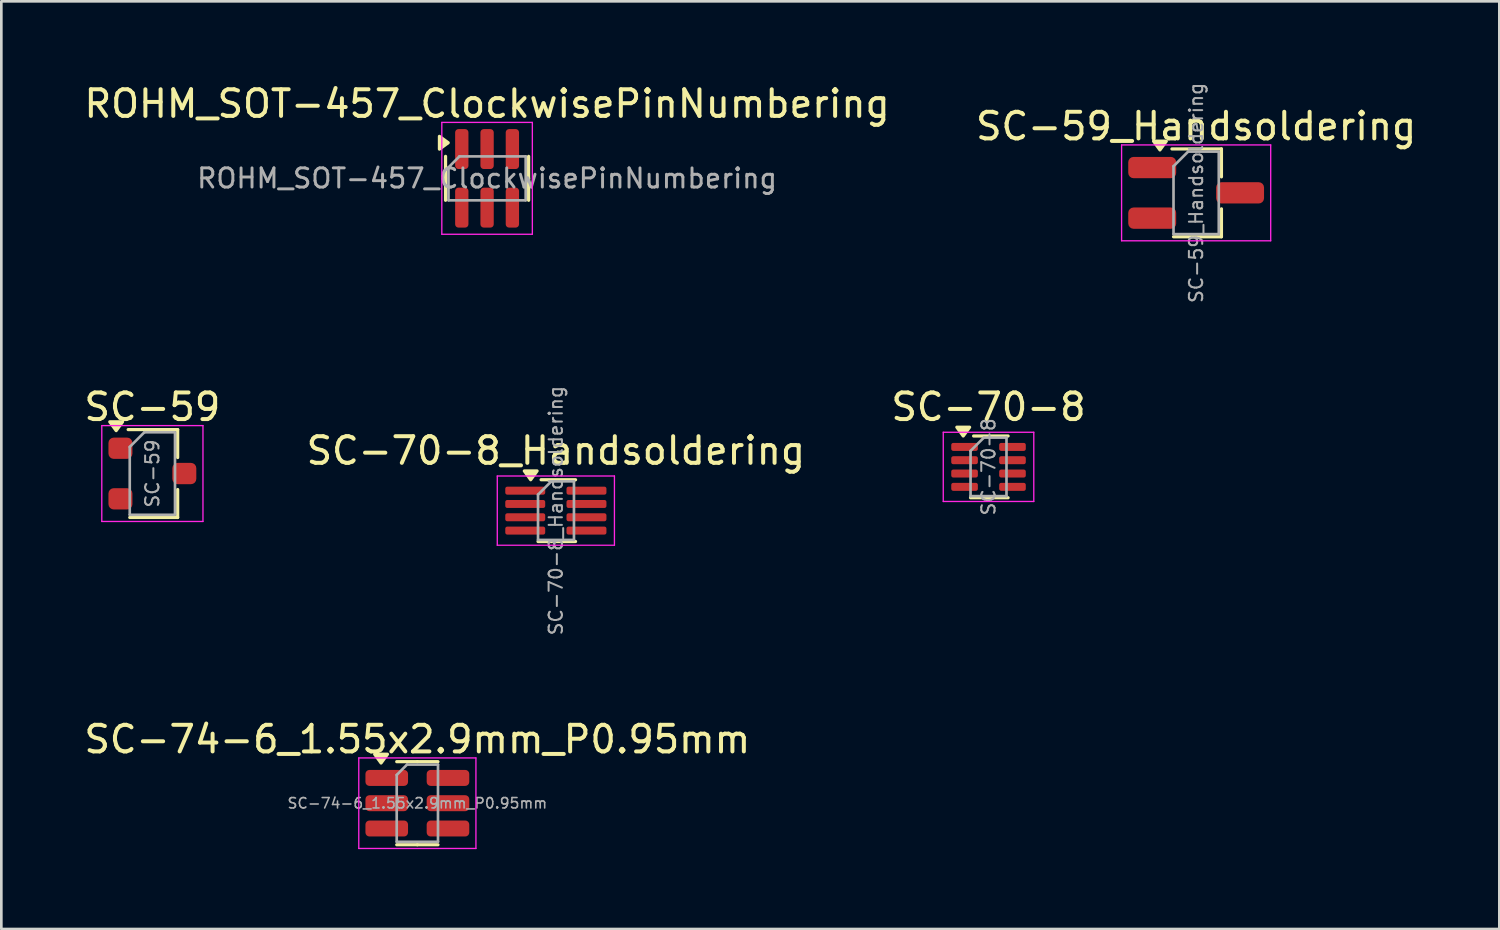
<source format=kicad_pcb>
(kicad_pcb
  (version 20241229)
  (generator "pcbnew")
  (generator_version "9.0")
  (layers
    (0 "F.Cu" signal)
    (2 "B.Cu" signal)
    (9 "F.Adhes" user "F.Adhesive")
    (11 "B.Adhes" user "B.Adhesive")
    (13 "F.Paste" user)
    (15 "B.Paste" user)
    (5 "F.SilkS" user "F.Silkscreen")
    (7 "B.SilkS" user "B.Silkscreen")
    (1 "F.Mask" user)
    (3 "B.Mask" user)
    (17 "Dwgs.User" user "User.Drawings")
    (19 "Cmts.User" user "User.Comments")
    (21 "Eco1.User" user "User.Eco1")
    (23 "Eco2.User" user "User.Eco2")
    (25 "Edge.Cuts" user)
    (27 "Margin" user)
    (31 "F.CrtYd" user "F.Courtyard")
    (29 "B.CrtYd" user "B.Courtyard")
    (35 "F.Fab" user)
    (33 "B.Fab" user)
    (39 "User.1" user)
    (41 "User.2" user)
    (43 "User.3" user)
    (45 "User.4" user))
  (footprint "ROHM_SOT-457_ClockwisePinNumbering"
    (layer "F.Cu")
    (at 15.244 3.648)
    (property "Reference" "ROHM_SOT-457_ClockwisePinNumbering" (at 0 -2.8 0) (layer "F.SilkS") (effects (font (size 1 1) (thickness 0.15))))
    (attr smd)
    (fp_line (start -1.56 -0.825) (end -1.56 0) (stroke (width 0.12) (type solid)) (layer "F.SilkS"))
    (fp_line (start -1.56 0.825) (end -1.56 0) (stroke (width 0.12) (type solid)) (layer "F.SilkS"))
    (fp_line (start 1.56 -0.825) (end 1.56 0) (stroke (width 0.12) (type solid)) (layer "F.SilkS"))
    (fp_line (start 1.56 0.825) (end 1.56 0) (stroke (width 0.12) (type solid)) (layer "F.SilkS"))
    (fp_poly (pts (xy -1.46 -1.337) (xy -1.79 -1.577) (xy -1.79 -1.097) (xy -1.46 -1.337)) (stroke (width 0.12) (type solid)) (fill yes) (layer "F.SilkS"))
    (fp_line (start -1.7 -2.1) (end -1.7 2.1) (stroke (width 0.05) (type solid)) (layer "F.CrtYd"))
    (fp_line (start -1.7 2.1) (end 1.7 2.1) (stroke (width 0.05) (type solid)) (layer "F.CrtYd"))
    (fp_line (start 1.7 -2.1) (end -1.7 -2.1) (stroke (width 0.05) (type solid)) (layer "F.CrtYd"))
    (fp_line (start 1.7 2.1) (end 1.7 -2.1) (stroke (width 0.05) (type solid)) (layer "F.CrtYd"))
    (fp_line (start -1.45 -0.412) (end -1.038 -0.825) (stroke (width 0.1) (type solid)) (layer "F.Fab"))
    (fp_line (start -1.45 0.825) (end -1.45 -0.412) (stroke (width 0.1) (type solid)) (layer "F.Fab"))
    (fp_line (start -1.038 -0.825) (end 1.45 -0.825) (stroke (width 0.1) (type solid)) (layer "F.Fab"))
    (fp_line (start 1.45 -0.825) (end 1.45 0.825) (stroke (width 0.1) (type solid)) (layer "F.Fab"))
    (fp_line (start 1.45 0.825) (end -1.45 0.825) (stroke (width 0.1) (type solid)) (layer "F.Fab"))
    (fp_text user "${REFERENCE}" (at 0 0 0) (layer "F.Fab") (effects (font (size 0.72 0.72) (thickness 0.11))))
    (pad "1" smd roundrect (at -0.95 -1.1) (size 0.5 1.5) (layers "F.Cu" "F.Mask" "F.Paste") (roundrect_rratio 0.25))
    (pad "2" smd roundrect (at 0 -1.1) (size 0.5 1.5) (layers "F.Cu" "F.Mask" "F.Paste") (roundrect_rratio 0.25))
    (pad "3" smd roundrect (at 0.95 -1.1) (size 0.5 1.5) (layers "F.Cu" "F.Mask" "F.Paste") (roundrect_rratio 0.25))
    (pad "4" smd roundrect (at 0.95 1.1) (size 0.5 1.5) (layers "F.Cu" "F.Mask" "F.Paste") (roundrect_rratio 0.25))
    (pad "5" smd roundrect (at 0 1.1) (size 0.5 1.5) (layers "F.Cu" "F.Mask" "F.Paste") (roundrect_rratio 0.25))
    (pad "6" smd roundrect (at -0.95 1.1) (size 0.5 1.5) (layers "F.Cu" "F.Mask" "F.Paste") (roundrect_rratio 0.25)))
  (footprint "SC-74-6_1.55x2.9mm_P0.95mm"
    (layer "F.Cu")
    (at 12.625 27.117)
    (property "Reference" "SC-74-6_1.55x2.9mm_P0.95mm" (at 0 -2.4 0) (layer "F.SilkS") (effects (font (size 1 1) (thickness 0.15))))
    (attr smd)
    (fp_line (start 0 -1.56) (end -0.775 -1.56) (stroke (width 0.12) (type solid)) (layer "F.SilkS"))
    (fp_line (start 0 -1.56) (end 0.775 -1.56) (stroke (width 0.12) (type solid)) (layer "F.SilkS"))
    (fp_line (start 0 1.56) (end -0.775 1.56) (stroke (width 0.12) (type solid)) (layer "F.SilkS"))
    (fp_line (start 0 1.56) (end 0.775 1.56) (stroke (width 0.12) (type solid)) (layer "F.SilkS"))
    (fp_poly (pts (xy -1.363 -1.51) (xy -1.603 -1.84) (xy -1.123 -1.84) (xy -1.363 -1.51)) (stroke (width 0.12) (type solid)) (fill yes) (layer "F.SilkS"))
    (fp_line (start -2.2 -1.7) (end -2.2 1.7) (stroke (width 0.05) (type solid)) (layer "F.CrtYd"))
    (fp_line (start -2.2 1.7) (end 2.2 1.7) (stroke (width 0.05) (type solid)) (layer "F.CrtYd"))
    (fp_line (start 2.2 -1.7) (end -2.2 -1.7) (stroke (width 0.05) (type solid)) (layer "F.CrtYd"))
    (fp_line (start 2.2 1.7) (end 2.2 -1.7) (stroke (width 0.05) (type solid)) (layer "F.CrtYd"))
    (fp_line (start -0.775 -1.062) (end -0.388 -1.45) (stroke (width 0.1) (type solid)) (layer "F.Fab"))
    (fp_line (start -0.775 1.45) (end -0.775 -1.062) (stroke (width 0.1) (type solid)) (layer "F.Fab"))
    (fp_line (start -0.388 -1.45) (end 0.775 -1.45) (stroke (width 0.1) (type solid)) (layer "F.Fab"))
    (fp_line (start 0.775 -1.45) (end 0.775 1.45) (stroke (width 0.1) (type solid)) (layer "F.Fab"))
    (fp_line (start 0.775 1.45) (end -0.775 1.45) (stroke (width 0.1) (type solid)) (layer "F.Fab"))
    (fp_text user "${REFERENCE}" (at 0 0 0) (layer "F.Fab") (effects (font (size 0.39 0.39) (thickness 0.06))))
    (pad "1" smd roundrect (at -1.15 -0.95) (size 1.6 0.6) (layers "F.Cu" "F.Mask" "F.Paste") (roundrect_rratio 0.25))
    (pad "2" smd roundrect (at -1.15 0) (size 1.6 0.6) (layers "F.Cu" "F.Mask" "F.Paste") (roundrect_rratio 0.25))
    (pad "3" smd roundrect (at -1.15 0.95) (size 1.6 0.6) (layers "F.Cu" "F.Mask" "F.Paste") (roundrect_rratio 0.25))
    (pad "4" smd roundrect (at 1.15 0.95) (size 1.6 0.6) (layers "F.Cu" "F.Mask" "F.Paste") (roundrect_rratio 0.25))
    (pad "5" smd roundrect (at 1.15 0) (size 1.6 0.6) (layers "F.Cu" "F.Mask" "F.Paste") (roundrect_rratio 0.25))
    (pad "6" smd roundrect (at 1.15 -0.95) (size 1.6 0.6) (layers "F.Cu" "F.Mask" "F.Paste") (roundrect_rratio 0.25)))
  (footprint "SC-70-8_Handsoldering"
    (layer "F.Cu")
    (at 17.827 16.128)
    (property "Reference" "SC-70-8_Handsoldering" (at 0 -2.25 0) (layer "F.SilkS") (effects (font (size 1 1) (thickness 0.15))))
    (attr smd)
    (fp_line (start -0.67 1.16) (end 0.74 1.16) (stroke (width 0.12) (type solid)) (layer "F.SilkS"))
    (fp_line (start -0.555 -1.16) (end 0.74 -1.16) (stroke (width 0.12) (type solid)) (layer "F.SilkS"))
    (fp_poly (pts (xy -0.945 -1.16) (xy -0.705 -1.49) (xy -1.185 -1.49) (xy -0.945 -1.16)) (stroke (width 0.12) (type solid)) (fill yes) (layer "F.SilkS"))
    (fp_line (start -2.2 -1.3) (end 2.2 -1.3) (stroke (width 0.05) (type solid)) (layer "F.CrtYd"))
    (fp_line (start -2.2 1.3) (end -2.2 -1.3) (stroke (width 0.05) (type solid)) (layer "F.CrtYd"))
    (fp_line (start 2.2 -1.3) (end 2.2 1.3) (stroke (width 0.05) (type solid)) (layer "F.CrtYd"))
    (fp_line (start 2.2 1.3) (end -2.2 1.3) (stroke (width 0.05) (type solid)) (layer "F.CrtYd"))
    (fp_line (start -0.67 -0.6) (end -0.67 1.1) (stroke (width 0.1) (type solid)) (layer "F.Fab"))
    (fp_line (start -0.17 -1.1) (end -0.67 -0.6) (stroke (width 0.1) (type solid)) (layer "F.Fab"))
    (fp_line (start 0.68 -1.1) (end -0.17 -1.1) (stroke (width 0.1) (type solid)) (layer "F.Fab"))
    (fp_line (start 0.68 -1.1) (end 0.68 1.1) (stroke (width 0.1) (type solid)) (layer "F.Fab"))
    (fp_line (start 0.68 1.1) (end -0.67 1.1) (stroke (width 0.1) (type solid)) (layer "F.Fab"))
    (fp_text user "${REFERENCE}" (at 0 0 90) (layer "F.Fab") (effects (font (size 0.5 0.5) (thickness 0.075))))
    (pad "1" smd roundrect (at -1.15 -0.75 270) (size 0.3 1.5) (layers "F.Cu" "F.Mask" "F.Paste") (roundrect_rratio 0.25))
    (pad "2" smd roundrect (at -1.15 -0.25 270) (size 0.3 1.5) (layers "F.Cu" "F.Mask" "F.Paste") (roundrect_rratio 0.25))
    (pad "3" smd roundrect (at -1.15 0.25 270) (size 0.3 1.5) (layers "F.Cu" "F.Mask" "F.Paste") (roundrect_rratio 0.25))
    (pad "4" smd roundrect (at -1.15 0.75 270) (size 0.3 1.5) (layers "F.Cu" "F.Mask" "F.Paste") (roundrect_rratio 0.25))
    (pad "5" smd roundrect (at 1.15 0.75 270) (size 0.3 1.5) (layers "F.Cu" "F.Mask" "F.Paste") (roundrect_rratio 0.25))
    (pad "6" smd roundrect (at 1.15 0.25 270) (size 0.3 1.5) (layers "F.Cu" "F.Mask" "F.Paste") (roundrect_rratio 0.25))
    (pad "7" smd roundrect (at 1.15 -0.25 270) (size 0.3 1.5) (layers "F.Cu" "F.Mask" "F.Paste") (roundrect_rratio 0.25))
    (pad "8" smd roundrect (at 1.15 -0.75 270) (size 0.3 1.5) (layers "F.Cu" "F.Mask" "F.Paste") (roundrect_rratio 0.25)))
  (footprint "SC-59_Handsoldering"
    (layer "F.Cu")
    (at 41.875 4.193)
    (property "Reference" "SC-59_Handsoldering" (at 0 -2.5 0) (layer "F.SilkS") (effects (font (size 1 1) (thickness 0.15))))
    (attr smd)
    (fp_line (start -0.91 -1.65) (end 0.95 -1.65) (stroke (width 0.12) (type solid)) (layer "F.SilkS"))
    (fp_line (start -0.85 1.65) (end 0.95 1.65) (stroke (width 0.12) (type solid)) (layer "F.SilkS"))
    (fp_line (start 0.95 -1.65) (end 0.95 -0.6) (stroke (width 0.12) (type solid)) (layer "F.SilkS"))
    (fp_line (start 0.95 1.65) (end 0.95 0.6) (stroke (width 0.12) (type solid)) (layer "F.SilkS"))
    (fp_poly (pts (xy -1.36 -1.612) (xy -1.12 -1.942) (xy -1.6 -1.942) (xy -1.36 -1.612)) (stroke (width 0.12) (type solid)) (fill yes) (layer "F.SilkS"))
    (fp_line (start -2.8 -1.8) (end -2.8 1.8) (stroke (width 0.05) (type solid)) (layer "F.CrtYd"))
    (fp_line (start -2.8 -1.8) (end 2.8 -1.8) (stroke (width 0.05) (type solid)) (layer "F.CrtYd"))
    (fp_line (start 2.8 1.8) (end -2.8 1.8) (stroke (width 0.05) (type solid)) (layer "F.CrtYd"))
    (fp_line (start 2.8 1.8) (end 2.8 -1.8) (stroke (width 0.05) (type solid)) (layer "F.CrtYd"))
    (fp_line (start -0.85 1.55) (end -0.85 -1) (stroke (width 0.1) (type solid)) (layer "F.Fab"))
    (fp_line (start -0.85 1.55) (end 0.85 1.55) (stroke (width 0.1) (type solid)) (layer "F.Fab"))
    (fp_line (start -0.3 -1.55) (end -0.85 -1) (stroke (width 0.1) (type solid)) (layer "F.Fab"))
    (fp_line (start -0.3 -1.55) (end 0.85 -1.55) (stroke (width 0.1) (type solid)) (layer "F.Fab"))
    (fp_line (start 0.85 -1.52) (end 0.85 1.52) (stroke (width 0.1) (type solid)) (layer "F.Fab"))
    (fp_text user "${REFERENCE}" (at 0 0 90) (layer "F.Fab") (effects (font (size 0.5 0.5) (thickness 0.075))))
    (pad "1" smd roundrect (at -1.65 -0.95) (size 1.8 0.8) (layers "F.Cu" "F.Mask" "F.Paste") (roundrect_rratio 0.25))
    (pad "2" smd roundrect (at -1.65 0.95) (size 1.8 0.8) (layers "F.Cu" "F.Mask" "F.Paste") (roundrect_rratio 0.25))
    (pad "3" smd roundrect (at 1.65 0) (size 1.8 0.8) (layers "F.Cu" "F.Mask" "F.Paste") (roundrect_rratio 0.25)))
  (footprint "SC-70-8"
    (layer "F.Cu")
    (at 34.077 14.485)
    (property "Reference" "SC-70-8" (at 0 -2.25 0) (layer "F.SilkS") (effects (font (size 1 1) (thickness 0.15))))
    (attr smd)
    (fp_line (start -0.675 1.16) (end 0.735 1.16) (stroke (width 0.12) (type solid)) (layer "F.SilkS"))
    (fp_line (start -0.56 -1.16) (end 0.735 -1.16) (stroke (width 0.12) (type solid)) (layer "F.SilkS"))
    (fp_poly (pts (xy -0.95 -1.16) (xy -0.71 -1.49) (xy -1.19 -1.49) (xy -0.95 -1.16)) (stroke (width 0.12) (type solid)) (fill yes) (layer "F.SilkS"))
    (fp_line (start -1.7 -1.3) (end 1.7 -1.3) (stroke (width 0.05) (type solid)) (layer "F.CrtYd"))
    (fp_line (start -1.7 1.3) (end -1.7 -1.3) (stroke (width 0.05) (type solid)) (layer "F.CrtYd"))
    (fp_line (start 1.7 -1.3) (end 1.7 1.3) (stroke (width 0.05) (type solid)) (layer "F.CrtYd"))
    (fp_line (start 1.7 1.3) (end -1.7 1.3) (stroke (width 0.05) (type solid)) (layer "F.CrtYd"))
    (fp_line (start -0.675 -0.6) (end -0.675 1.1) (stroke (width 0.1) (type solid)) (layer "F.Fab"))
    (fp_line (start -0.175 -1.1) (end -0.675 -0.6) (stroke (width 0.1) (type solid)) (layer "F.Fab"))
    (fp_line (start 0.675 -1.1) (end -0.175 -1.1) (stroke (width 0.1) (type solid)) (layer "F.Fab"))
    (fp_line (start 0.675 -1.1) (end 0.675 1.1) (stroke (width 0.1) (type solid)) (layer "F.Fab"))
    (fp_line (start 0.675 1.1) (end -0.675 1.1) (stroke (width 0.1) (type solid)) (layer "F.Fab"))
    (fp_text user "${REFERENCE}" (at 0 0 90) (layer "F.Fab") (effects (font (size 0.5 0.5) (thickness 0.075))))
    (pad "1" smd roundrect (at -0.9 -0.75 270) (size 0.3 1) (layers "F.Cu" "F.Mask" "F.Paste") (roundrect_rratio 0.25))
    (pad "2" smd roundrect (at -0.9 -0.25 270) (size 0.3 1) (layers "F.Cu" "F.Mask" "F.Paste") (roundrect_rratio 0.25))
    (pad "3" smd roundrect (at -0.9 0.25 270) (size 0.3 1) (layers "F.Cu" "F.Mask" "F.Paste") (roundrect_rratio 0.25))
    (pad "4" smd roundrect (at -0.9 0.75 270) (size 0.3 1) (layers "F.Cu" "F.Mask" "F.Paste") (roundrect_rratio 0.25))
    (pad "5" smd roundrect (at 0.9 0.75 270) (size 0.3 1) (layers "F.Cu" "F.Mask" "F.Paste") (roundrect_rratio 0.25))
    (pad "6" smd roundrect (at 0.9 0.25 270) (size 0.3 1) (layers "F.Cu" "F.Mask" "F.Paste") (roundrect_rratio 0.25))
    (pad "7" smd roundrect (at 0.9 -0.25 270) (size 0.3 1) (layers "F.Cu" "F.Mask" "F.Paste") (roundrect_rratio 0.25))
    (pad "8" smd roundrect (at 0.9 -0.75 270) (size 0.3 1) (layers "F.Cu" "F.Mask" "F.Paste") (roundrect_rratio 0.25)))
  (footprint "SC-59"
    (layer "F.Cu")
    (at 2.673 14.735)
    (property "Reference" "SC-59" (at 0 -2.5 0) (layer "F.SilkS") (effects (font (size 1 1) (thickness 0.15))))
    (attr smd)
    (fp_line (start -0.91 -1.65) (end 0.95 -1.65) (stroke (width 0.12) (type solid)) (layer "F.SilkS"))
    (fp_line (start -0.85 1.65) (end 0.95 1.65) (stroke (width 0.12) (type solid)) (layer "F.SilkS"))
    (fp_line (start 0.95 -1.65) (end 0.95 -0.6) (stroke (width 0.12) (type solid)) (layer "F.SilkS"))
    (fp_line (start 0.95 1.65) (end 0.95 0.6) (stroke (width 0.12) (type solid)) (layer "F.SilkS"))
    (fp_poly (pts (xy -1.36 -1.612) (xy -1.12 -1.942) (xy -1.6 -1.942) (xy -1.36 -1.612)) (stroke (width 0.12) (type solid)) (fill yes) (layer "F.SilkS"))
    (fp_line (start -1.9 -1.8) (end -1.9 1.8) (stroke (width 0.05) (type solid)) (layer "F.CrtYd"))
    (fp_line (start -1.9 -1.8) (end 1.9 -1.8) (stroke (width 0.05) (type solid)) (layer "F.CrtYd"))
    (fp_line (start 1.9 1.8) (end -1.9 1.8) (stroke (width 0.05) (type solid)) (layer "F.CrtYd"))
    (fp_line (start 1.9 1.8) (end 1.9 -1.8) (stroke (width 0.05) (type solid)) (layer "F.CrtYd"))
    (fp_line (start -0.85 1.55) (end -0.85 -1) (stroke (width 0.1) (type solid)) (layer "F.Fab"))
    (fp_line (start -0.85 1.55) (end 0.85 1.55) (stroke (width 0.1) (type solid)) (layer "F.Fab"))
    (fp_line (start -0.3 -1.55) (end -0.85 -1) (stroke (width 0.1) (type solid)) (layer "F.Fab"))
    (fp_line (start -0.3 -1.55) (end 0.85 -1.55) (stroke (width 0.1) (type solid)) (layer "F.Fab"))
    (fp_line (start 0.85 -1.52) (end 0.85 1.52) (stroke (width 0.1) (type solid)) (layer "F.Fab"))
    (fp_text user "${REFERENCE}" (at 0 0 90) (layer "F.Fab") (effects (font (size 0.5 0.5) (thickness 0.075))))
    (pad "1" smd roundrect (at -1.2 -0.95) (size 0.9 0.8) (layers "F.Cu" "F.Mask" "F.Paste") (roundrect_rratio 0.25))
    (pad "2" smd roundrect (at -1.2 0.95) (size 0.9 0.8) (layers "F.Cu" "F.Mask" "F.Paste") (roundrect_rratio 0.25))
    (pad "3" smd roundrect (at 1.2 0) (size 0.9 0.8) (layers "F.Cu" "F.Mask" "F.Paste") (roundrect_rratio 0.25)))
  (gr_rect
    (start -3 -3)
    (end 53.262 31.842)
    (stroke (width 0.1) (type default))
    (fill no)
    (layer "Edge.Cuts")))
</source>
